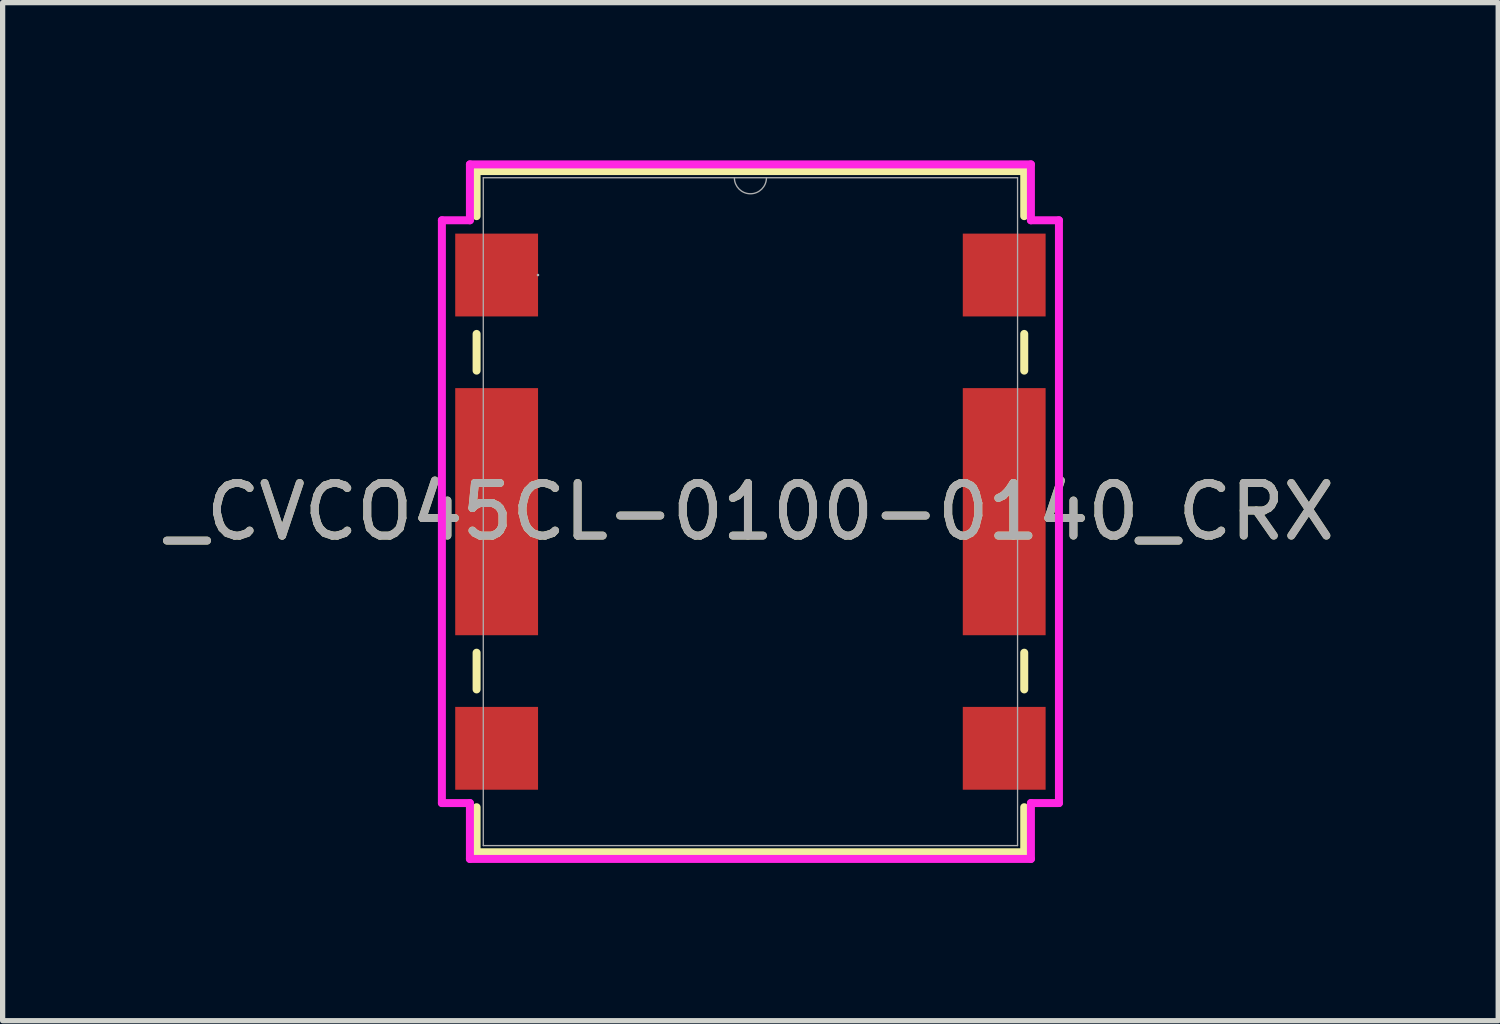
<source format=kicad_pcb>
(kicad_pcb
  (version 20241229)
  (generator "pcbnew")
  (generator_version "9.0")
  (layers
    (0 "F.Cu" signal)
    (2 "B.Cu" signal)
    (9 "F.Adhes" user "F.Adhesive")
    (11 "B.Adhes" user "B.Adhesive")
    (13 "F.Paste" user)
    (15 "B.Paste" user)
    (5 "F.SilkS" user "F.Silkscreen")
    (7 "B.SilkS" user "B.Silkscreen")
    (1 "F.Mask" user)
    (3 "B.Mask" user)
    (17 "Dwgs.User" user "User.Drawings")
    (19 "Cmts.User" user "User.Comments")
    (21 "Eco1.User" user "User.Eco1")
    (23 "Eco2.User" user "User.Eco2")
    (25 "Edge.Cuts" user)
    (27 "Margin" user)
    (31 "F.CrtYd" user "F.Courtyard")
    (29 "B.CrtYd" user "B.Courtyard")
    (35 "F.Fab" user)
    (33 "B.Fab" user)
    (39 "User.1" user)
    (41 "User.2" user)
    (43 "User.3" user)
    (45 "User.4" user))
  (footprint "_CVCO45CL-0100-0140_CRX"
    (layer "F.Cu")
    (at 11.22 6.68)
    (property "Reference" "_CVCO45CL-0100-0140_CRX" (at 0 0 0) (unlocked yes) (layer "F.SilkS") (effects (font (size 1 1) (thickness 0.15))))
    (attr smd)
    (fp_line (start -5.207 -6.477) (end -5.207 -5.62) (stroke (width 0.152) (type solid)) (layer "F.SilkS"))
    (fp_line (start -5.207 -3.38) (end -5.207 -2.682) (stroke (width 0.152) (type solid)) (layer "F.SilkS"))
    (fp_line (start -5.207 2.682) (end -5.207 3.38) (stroke (width 0.152) (type solid)) (layer "F.SilkS"))
    (fp_line (start -5.207 5.62) (end -5.207 6.477) (stroke (width 0.152) (type solid)) (layer "F.SilkS"))
    (fp_line (start -5.207 6.477) (end 5.207 6.477) (stroke (width 0.152) (type solid)) (layer "F.SilkS"))
    (fp_line (start 5.207 -6.477) (end -5.207 -6.477) (stroke (width 0.152) (type solid)) (layer "F.SilkS"))
    (fp_line (start 5.207 -5.62) (end 5.207 -6.477) (stroke (width 0.152) (type solid)) (layer "F.SilkS"))
    (fp_line (start 5.207 -2.682) (end 5.207 -3.38) (stroke (width 0.152) (type solid)) (layer "F.SilkS"))
    (fp_line (start 5.207 3.38) (end 5.207 2.682) (stroke (width 0.152) (type solid)) (layer "F.SilkS"))
    (fp_line (start 5.207 6.477) (end 5.207 5.62) (stroke (width 0.152) (type solid)) (layer "F.SilkS"))
    (fp_line (start -5.867 -5.541) (end -5.334 -5.541) (stroke (width 0.152) (type solid)) (layer "F.CrtYd"))
    (fp_line (start -5.867 5.541) (end -5.867 -5.541) (stroke (width 0.152) (type solid)) (layer "F.CrtYd"))
    (fp_line (start -5.867 5.541) (end -5.334 5.541) (stroke (width 0.152) (type solid)) (layer "F.CrtYd"))
    (fp_line (start -5.334 -6.604) (end 5.334 -6.604) (stroke (width 0.152) (type solid)) (layer "F.CrtYd"))
    (fp_line (start -5.334 -5.541) (end -5.334 -6.604) (stroke (width 0.152) (type solid)) (layer "F.CrtYd"))
    (fp_line (start -5.334 6.604) (end -5.334 5.541) (stroke (width 0.152) (type solid)) (layer "F.CrtYd"))
    (fp_line (start 5.334 -6.604) (end 5.334 -5.541) (stroke (width 0.152) (type solid)) (layer "F.CrtYd"))
    (fp_line (start 5.334 5.541) (end 5.334 6.604) (stroke (width 0.152) (type solid)) (layer "F.CrtYd"))
    (fp_line (start 5.334 6.604) (end -5.334 6.604) (stroke (width 0.152) (type solid)) (layer "F.CrtYd"))
    (fp_line (start 5.867 -5.541) (end 5.334 -5.541) (stroke (width 0.152) (type solid)) (layer "F.CrtYd"))
    (fp_line (start 5.867 -5.541) (end 5.867 5.541) (stroke (width 0.152) (type solid)) (layer "F.CrtYd"))
    (fp_line (start 5.867 5.541) (end 5.334 5.541) (stroke (width 0.152) (type solid)) (layer "F.CrtYd"))
    (fp_line (start -5.08 -6.35) (end -5.08 6.35) (stroke (width 0.025) (type solid)) (layer "F.Fab"))
    (fp_line (start -5.08 6.35) (end 5.08 6.35) (stroke (width 0.025) (type solid)) (layer "F.Fab"))
    (fp_line (start 5.08 -6.35) (end -5.08 -6.35) (stroke (width 0.025) (type solid)) (layer "F.Fab"))
    (fp_line (start 5.08 6.35) (end 5.08 -6.35) (stroke (width 0.025) (type solid)) (layer "F.Fab"))
    (fp_arc (start 0.3048 -6.35) (mid 0 -6.0452) (end -0.3048 -6.35) (stroke (width 0.0254) (type solid)) (layer "F.Fab"))
    (fp_circle (center -4.039 -4.5) (end -4.039 -4.5) (stroke (width 0.025) (type solid)) (fill no) (layer "F.Fab"))
    (fp_text user "${REFERENCE}" (at 0 0 0) (unlocked yes) (layer "F.Fab") (effects (font (size 1 1) (thickness 0.15))))
    (pad "1" smd rect (at -4.826 -4.5) (size 1.575 1.575) (layers "F.Cu" "F.Mask" "F.Paste"))
    (pad "2" smd rect (at -4.826 0) (size 1.575 4.699) (layers "F.Cu" "F.Mask" "F.Paste"))
    (pad "3" smd rect (at -4.826 4.5) (size 1.575 1.575) (layers "F.Cu" "F.Mask" "F.Paste"))
    (pad "4" smd rect (at 4.826 4.5) (size 1.575 1.575) (layers "F.Cu" "F.Mask" "F.Paste"))
    (pad "5" smd rect (at 4.826 0) (size 1.575 4.699) (layers "F.Cu" "F.Mask" "F.Paste"))
    (pad "6" smd rect (at 4.826 -4.5) (size 1.575 1.575) (layers "F.Cu" "F.Mask" "F.Paste")))
  (gr_rect
    (start -3 -3)
    (end 25.44 16.36)
    (stroke (width 0.1) (type default))
    (fill no)
    (layer "Edge.Cuts")))
</source>
